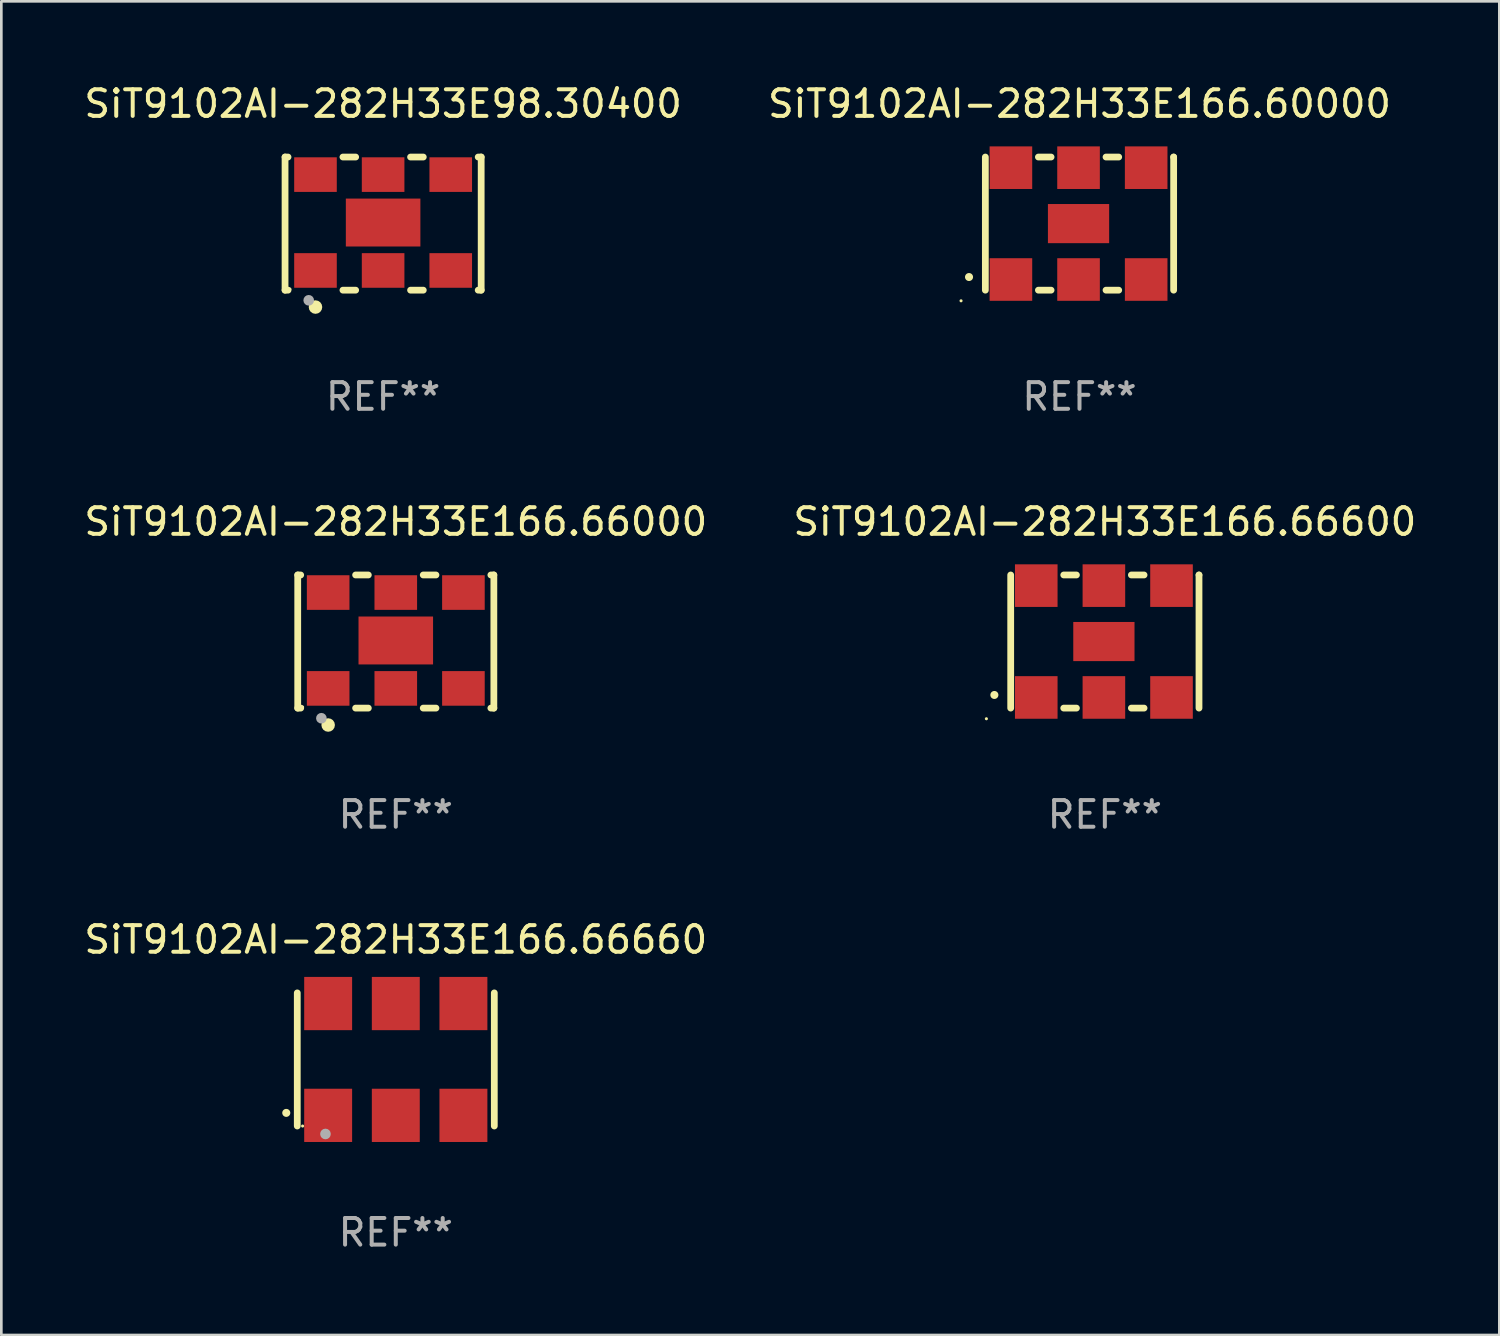
<source format=kicad_pcb>
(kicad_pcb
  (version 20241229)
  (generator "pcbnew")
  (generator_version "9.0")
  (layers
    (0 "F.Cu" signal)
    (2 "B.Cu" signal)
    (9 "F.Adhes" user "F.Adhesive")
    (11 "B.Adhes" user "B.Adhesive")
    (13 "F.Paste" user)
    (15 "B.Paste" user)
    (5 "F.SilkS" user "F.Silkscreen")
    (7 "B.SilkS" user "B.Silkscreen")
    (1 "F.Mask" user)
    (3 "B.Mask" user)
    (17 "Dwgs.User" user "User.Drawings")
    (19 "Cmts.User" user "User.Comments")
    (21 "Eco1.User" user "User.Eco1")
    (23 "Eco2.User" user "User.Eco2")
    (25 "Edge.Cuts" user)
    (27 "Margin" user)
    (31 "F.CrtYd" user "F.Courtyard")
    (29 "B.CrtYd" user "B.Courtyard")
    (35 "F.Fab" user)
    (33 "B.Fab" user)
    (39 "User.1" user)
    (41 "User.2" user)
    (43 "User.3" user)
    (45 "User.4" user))
  (footprint "SiT9102AI-282H33E166.60000"
    (layer "F.Cu")
    (at 37.494 5.348)
    (property "Reference" "SiT9102AI-282H33E166.60000" (at 0 -4.5 0) (layer "F.SilkS") (effects (font (size 1 1) (thickness 0.15))))
    (attr through_hole)
    (fp_line (start -3.536 -2.5) (end -3.536 2.5) (stroke (width 0.254) (type solid)) (layer "F.SilkS"))
    (fp_line (start -1.544 2.5) (end -1.067 2.5) (stroke (width 0.254) (type solid)) (layer "F.SilkS"))
    (fp_line (start -1.067 -2.5) (end -1.544 -2.5) (stroke (width 0.254) (type solid)) (layer "F.SilkS"))
    (fp_line (start 0.996 2.5) (end 1.473 2.5) (stroke (width 0.254) (type solid)) (layer "F.SilkS"))
    (fp_line (start 1.473 -2.5) (end 0.996 -2.5) (stroke (width 0.254) (type solid)) (layer "F.SilkS"))
    (fp_line (start 3.536 -2.5) (end 3.536 -2.5) (stroke (width 0.254) (type solid)) (layer "F.SilkS"))
    (fp_line (start 3.536 2.5) (end 3.536 -2.5) (stroke (width 0.254) (type solid)) (layer "F.SilkS"))
    (fp_arc (start -4.150432 2.006604) (mid -4.149162 2.006599) (end -4.147892 2.006604) (stroke (width 0.3) (type solid)) (layer "F.SilkS"))
    (fp_circle (center -4.449 2.9) (end -4.419 2.9) (stroke (width 0.06) (type solid)) (fill no) (layer "F.SilkS"))
    (fp_text user "REF**" (at 0 6.5 0) (layer "F.Fab") (effects (font (size 1 1) (thickness 0.15))))
    (pad "1" smd rect (at -2.576 2.1) (size 1.6 1.6) (layers "F.Cu" "F.Mask" "F.Paste"))
    (pad "2" smd rect (at -0.036 2.1) (size 1.6 1.6) (layers "F.Cu" "F.Mask" "F.Paste"))
    (pad "3" smd rect (at 2.504 2.1) (size 1.6 1.6) (layers "F.Cu" "F.Mask" "F.Paste"))
    (pad "4" smd rect (at 2.504 -2.1) (size 1.6 1.6) (layers "F.Cu" "F.Mask" "F.Paste"))
    (pad "5" smd rect (at -0.036 -2.1) (size 1.6 1.6) (layers "F.Cu" "F.Mask" "F.Paste"))
    (pad "6" smd rect (at -2.576 -2.1) (size 1.6 1.6) (layers "F.Cu" "F.Mask" "F.Paste"))
    (pad "7" smd rect (at -0.036 0) (size 2.3 1.47) (layers "F.Cu" "F.Mask" "F.Paste")))
  (footprint "SiT9102AI-282H33E166.66000"
    (layer "F.Cu")
    (at 11.815 21.045)
    (property "Reference" "SiT9102AI-282H33E166.66000" (at 0 -4.5 0) (layer "F.SilkS") (effects (font (size 1 1) (thickness 0.15))))
    (attr through_hole)
    (fp_line (start -3.683 -2.5) (end -3.571 -2.5) (stroke (width 0.254) (type solid)) (layer "F.SilkS"))
    (fp_line (start -3.683 2.5) (end -3.683 -2.5) (stroke (width 0.254) (type solid)) (layer "F.SilkS"))
    (fp_line (start -3.683 2.5) (end -3.571 2.5) (stroke (width 0.254) (type solid)) (layer "F.SilkS"))
    (fp_line (start -1.509 -2.5) (end -1.031 -2.5) (stroke (width 0.254) (type solid)) (layer "F.SilkS"))
    (fp_line (start -1.509 2.5) (end -1.031 2.5) (stroke (width 0.254) (type solid)) (layer "F.SilkS"))
    (fp_line (start 1.031 -2.5) (end 1.509 -2.5) (stroke (width 0.254) (type solid)) (layer "F.SilkS"))
    (fp_line (start 1.031 2.5) (end 1.509 2.5) (stroke (width 0.254) (type solid)) (layer "F.SilkS"))
    (fp_line (start 3.571 -2.5) (end 3.683 -2.5) (stroke (width 0.254) (type solid)) (layer "F.SilkS"))
    (fp_line (start 3.571 2.5) (end 3.683 2.5) (stroke (width 0.254) (type solid)) (layer "F.SilkS"))
    (fp_line (start 3.683 2.5) (end 3.683 -2.5) (stroke (width 0.254) (type solid)) (layer "F.SilkS"))
    (fp_circle (center -3.5 2.46) (end -3.47 2.46) (stroke (width 0.06) (type solid)) (fill no) (layer "F.SilkS"))
    (fp_circle (center -2.54 3.135) (end -2.413 3.135) (stroke (width 0.254) (type solid)) (fill no) (layer "F.SilkS"))
    (fp_circle (center -2.794 2.881) (end -2.694 2.881) (stroke (width 0.2) (type solid)) (fill no) (layer "F.Fab"))
    (fp_text user "REF**" (at 0 6.5 0) (layer "F.Fab") (effects (font (size 1 1) (thickness 0.15))))
    (pad "1" smd rect (at -2.54 1.76) (size 1.6 1.3) (layers "F.Cu" "F.Mask" "F.Paste"))
    (pad "2" smd rect (at 0 1.76) (size 1.6 1.3) (layers "F.Cu" "F.Mask" "F.Paste"))
    (pad "3" smd rect (at 2.54 1.76) (size 1.6 1.3) (layers "F.Cu" "F.Mask" "F.Paste"))
    (pad "4" smd rect (at 2.54 -1.84) (size 1.6 1.3) (layers "F.Cu" "F.Mask" "F.Paste"))
    (pad "5" smd rect (at 0 -1.84) (size 1.6 1.3) (layers "F.Cu" "F.Mask" "F.Paste"))
    (pad "6" smd rect (at -2.54 -1.84) (size 1.6 1.3) (layers "F.Cu" "F.Mask" "F.Paste"))
    (pad "7" smd rect (at 0 -0.04) (size 2.8 1.8) (layers "F.Cu" "F.Mask" "F.Paste")))
  (footprint "SiT9102AI-282H33E98.30400"
    (layer "F.Cu")
    (at 11.339 5.348)
    (property "Reference" "SiT9102AI-282H33E98.30400" (at 0 -4.5 0) (layer "F.SilkS") (effects (font (size 1 1) (thickness 0.15))))
    (attr through_hole)
    (fp_line (start -3.683 -2.5) (end -3.571 -2.5) (stroke (width 0.254) (type solid)) (layer "F.SilkS"))
    (fp_line (start -3.683 2.5) (end -3.683 -2.5) (stroke (width 0.254) (type solid)) (layer "F.SilkS"))
    (fp_line (start -3.683 2.5) (end -3.571 2.5) (stroke (width 0.254) (type solid)) (layer "F.SilkS"))
    (fp_line (start -1.509 -2.5) (end -1.031 -2.5) (stroke (width 0.254) (type solid)) (layer "F.SilkS"))
    (fp_line (start -1.509 2.5) (end -1.031 2.5) (stroke (width 0.254) (type solid)) (layer "F.SilkS"))
    (fp_line (start 1.031 -2.5) (end 1.509 -2.5) (stroke (width 0.254) (type solid)) (layer "F.SilkS"))
    (fp_line (start 1.031 2.5) (end 1.509 2.5) (stroke (width 0.254) (type solid)) (layer "F.SilkS"))
    (fp_line (start 3.571 -2.5) (end 3.683 -2.5) (stroke (width 0.254) (type solid)) (layer "F.SilkS"))
    (fp_line (start 3.571 2.5) (end 3.683 2.5) (stroke (width 0.254) (type solid)) (layer "F.SilkS"))
    (fp_line (start 3.683 2.5) (end 3.683 -2.5) (stroke (width 0.254) (type solid)) (layer "F.SilkS"))
    (fp_circle (center -3.5 2.46) (end -3.47 2.46) (stroke (width 0.06) (type solid)) (fill no) (layer "F.SilkS"))
    (fp_circle (center -2.54 3.135) (end -2.413 3.135) (stroke (width 0.254) (type solid)) (fill no) (layer "F.SilkS"))
    (fp_circle (center -2.794 2.881) (end -2.694 2.881) (stroke (width 0.2) (type solid)) (fill no) (layer "F.Fab"))
    (fp_text user "REF**" (at 0 6.5 0) (layer "F.Fab") (effects (font (size 1 1) (thickness 0.15))))
    (pad "1" smd rect (at -2.54 1.76) (size 1.6 1.3) (layers "F.Cu" "F.Mask" "F.Paste"))
    (pad "2" smd rect (at 0 1.76) (size 1.6 1.3) (layers "F.Cu" "F.Mask" "F.Paste"))
    (pad "3" smd rect (at 2.54 1.76) (size 1.6 1.3) (layers "F.Cu" "F.Mask" "F.Paste"))
    (pad "4" smd rect (at 2.54 -1.84) (size 1.6 1.3) (layers "F.Cu" "F.Mask" "F.Paste"))
    (pad "5" smd rect (at 0 -1.84) (size 1.6 1.3) (layers "F.Cu" "F.Mask" "F.Paste"))
    (pad "6" smd rect (at -2.54 -1.84) (size 1.6 1.3) (layers "F.Cu" "F.Mask" "F.Paste"))
    (pad "7" smd rect (at 0 -0.04) (size 2.8 1.8) (layers "F.Cu" "F.Mask" "F.Paste")))
  (footprint "SiT9102AI-282H33E166.66600"
    (layer "F.Cu")
    (at 38.446 21.045)
    (property "Reference" "SiT9102AI-282H33E166.66600" (at 0 -4.5 0) (layer "F.SilkS") (effects (font (size 1 1) (thickness 0.15))))
    (attr through_hole)
    (fp_line (start -3.536 -2.5) (end -3.536 2.5) (stroke (width 0.254) (type solid)) (layer "F.SilkS"))
    (fp_line (start -1.544 2.5) (end -1.067 2.5) (stroke (width 0.254) (type solid)) (layer "F.SilkS"))
    (fp_line (start -1.067 -2.5) (end -1.544 -2.5) (stroke (width 0.254) (type solid)) (layer "F.SilkS"))
    (fp_line (start 0.996 2.5) (end 1.473 2.5) (stroke (width 0.254) (type solid)) (layer "F.SilkS"))
    (fp_line (start 1.473 -2.5) (end 0.996 -2.5) (stroke (width 0.254) (type solid)) (layer "F.SilkS"))
    (fp_line (start 3.536 -2.5) (end 3.536 -2.5) (stroke (width 0.254) (type solid)) (layer "F.SilkS"))
    (fp_line (start 3.536 2.5) (end 3.536 -2.5) (stroke (width 0.254) (type solid)) (layer "F.SilkS"))
    (fp_arc (start -4.150432 2.006604) (mid -4.149162 2.006599) (end -4.147892 2.006604) (stroke (width 0.3) (type solid)) (layer "F.SilkS"))
    (fp_circle (center -4.449 2.9) (end -4.419 2.9) (stroke (width 0.06) (type solid)) (fill no) (layer "F.SilkS"))
    (fp_text user "REF**" (at 0 6.5 0) (layer "F.Fab") (effects (font (size 1 1) (thickness 0.15))))
    (pad "1" smd rect (at -2.576 2.1) (size 1.6 1.6) (layers "F.Cu" "F.Mask" "F.Paste"))
    (pad "2" smd rect (at -0.036 2.1) (size 1.6 1.6) (layers "F.Cu" "F.Mask" "F.Paste"))
    (pad "3" smd rect (at 2.504 2.1) (size 1.6 1.6) (layers "F.Cu" "F.Mask" "F.Paste"))
    (pad "4" smd rect (at 2.504 -2.1) (size 1.6 1.6) (layers "F.Cu" "F.Mask" "F.Paste"))
    (pad "5" smd rect (at -0.036 -2.1) (size 1.6 1.6) (layers "F.Cu" "F.Mask" "F.Paste"))
    (pad "6" smd rect (at -2.576 -2.1) (size 1.6 1.6) (layers "F.Cu" "F.Mask" "F.Paste"))
    (pad "7" smd rect (at -0.036 0) (size 2.3 1.47) (layers "F.Cu" "F.Mask" "F.Paste")))
  (footprint "SiT9102AI-282H33E166.66660"
    (layer "F.Cu")
    (at 11.815 36.741)
    (property "Reference" "SiT9102AI-282H33E166.66660" (at 0 -4.5 0) (layer "F.SilkS") (effects (font (size 1 1) (thickness 0.15))))
    (attr through_hole)
    (fp_line (start -3.7 -2.5) (end -3.7 2.5) (stroke (width 0.254) (type solid)) (layer "F.SilkS"))
    (fp_line (start 3.7 -2.5) (end 3.7 2.5) (stroke (width 0.254) (type solid)) (layer "F.SilkS"))
    (fp_arc (start -4.114415 2.006604) (mid -4.113145 2.006599) (end -4.111875 2.006604) (stroke (width 0.3) (type solid)) (layer "F.SilkS"))
    (fp_circle (center -3.5 2.501) (end -3.47 2.501) (stroke (width 0.06) (type solid)) (fill no) (layer "F.SilkS"))
    (fp_circle (center -2.641 2.799) (end -2.541 2.799) (stroke (width 0.2) (type solid)) (fill no) (layer "F.Fab"))
    (fp_text user "REF**" (at 0 6.5 0) (layer "F.Fab") (effects (font (size 1 1) (thickness 0.15))))
    (pad "1" smd rect (at -2.54 2.1) (size 1.8 2) (layers "F.Cu" "F.Mask" "F.Paste"))
    (pad "2" smd rect (at 0.000394 2.1) (size 1.8 2) (layers "F.Cu" "F.Mask" "F.Paste"))
    (pad "3" smd rect (at 2.54 2.1) (size 1.8 2) (layers "F.Cu" "F.Mask" "F.Paste"))
    (pad "4" smd rect (at 2.54 -2.1) (size 1.8 2) (layers "F.Cu" "F.Mask" "F.Paste"))
    (pad "5" smd rect (at 0.000394 -2.1) (size 1.8 2) (layers "F.Cu" "F.Mask" "F.Paste"))
    (pad "6" smd rect (at -2.54 -2.1) (size 1.8 2) (layers "F.Cu" "F.Mask" "F.Paste")))
  (gr_rect
    (start -3 -3)
    (end 53.262 47.09)
    (stroke (width 0.1) (type default))
    (fill no)
    (layer "Edge.Cuts")))
</source>
